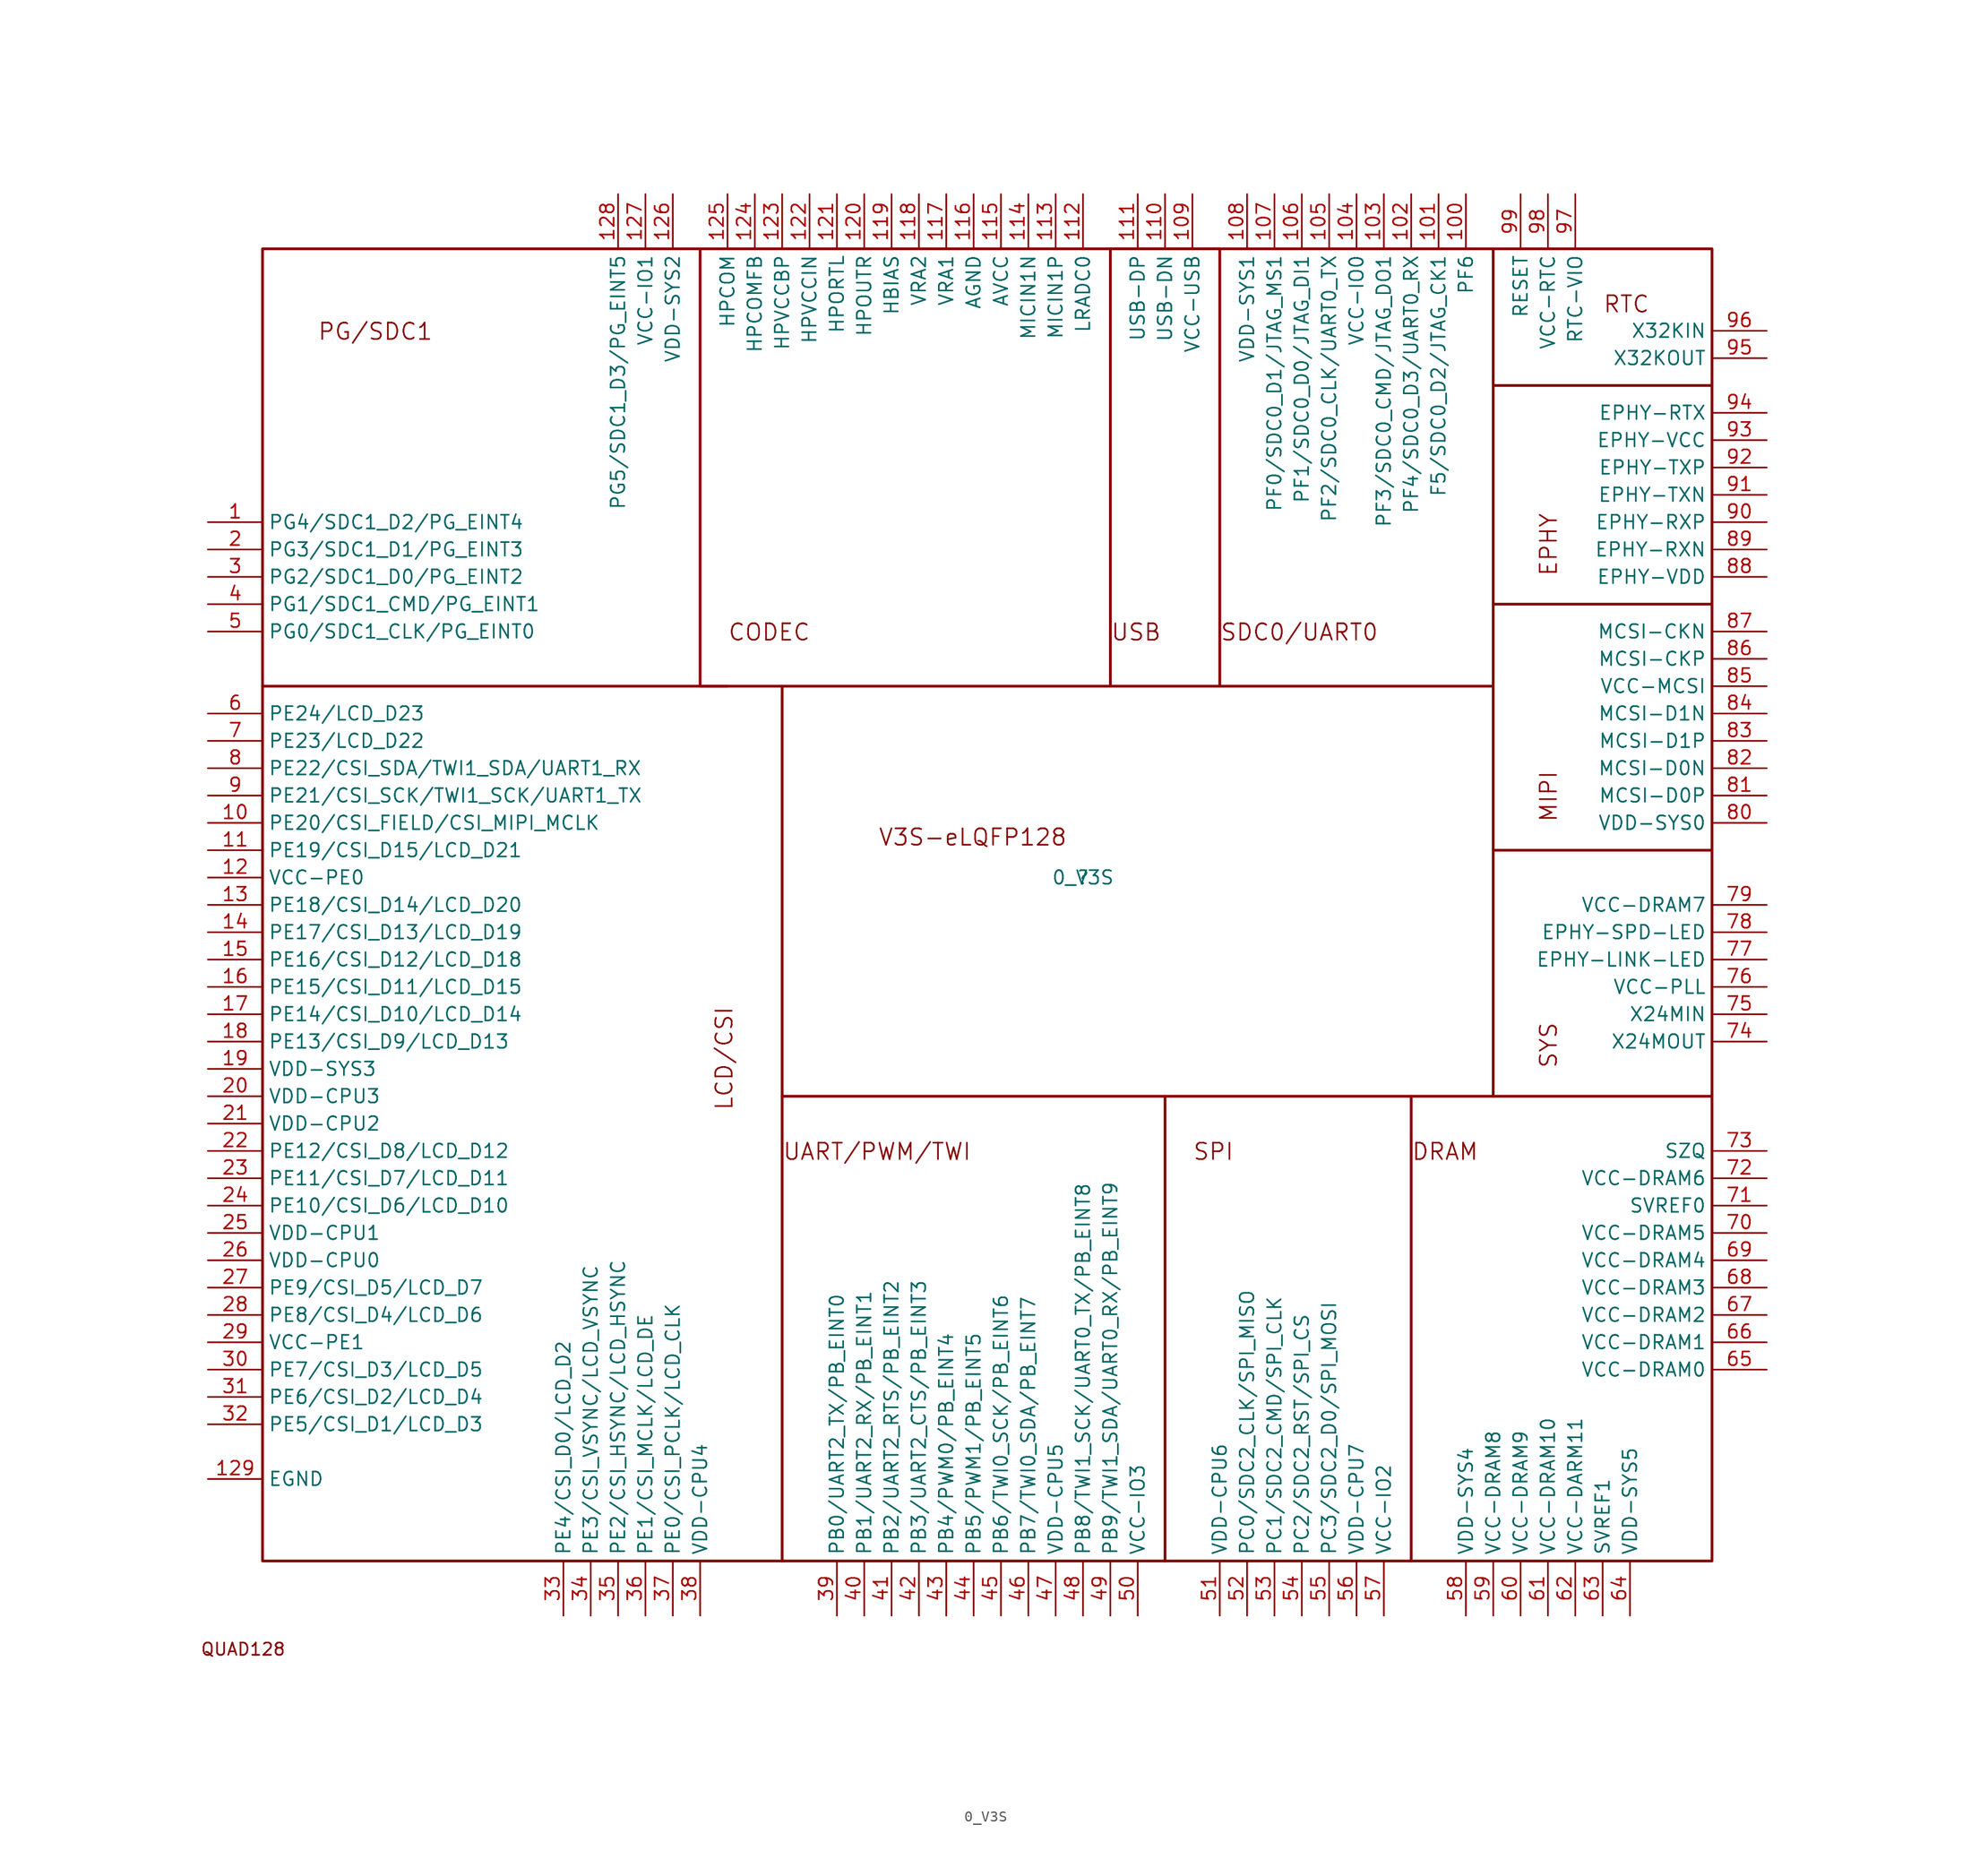
<source format=kicad_sym>
(kicad_symbol_lib
  (version 20211014)
  (generator kicad_symbol_editor)
  (symbol "0_V3S"
    (property "Reference" ""
      (at 0 0 0)
      (effects (font (size 1.27 1.27))))
    (property "Value" "0_V3S"
      (at 0 0 0)
      (effects (font (size 1.27 1.27))))
    (symbol "0_V3S_1_0"
      (polyline (pts (xy 12.7 17.78) (xy 38.1 17.78)) (stroke (width 0.254) (type default) (color 0 0 0 0)) (fill (type none)))
      (polyline (pts (xy -35.56 58.42) (xy -35.56 17.78) (xy -35.56 17.78) (xy -33.02 17.78)) (stroke (width 0.254) (type default) (color 0 0 0 0)) (fill (type none)))
      (polyline (pts (xy -27.94 -20.32) (xy -27.94 17.78) (xy -27.94 17.78) (xy -76.2 17.78)) (stroke (width 0.254) (type default) (color 0 0 0 0)) (fill (type none)))
      (polyline (pts (xy 7.62 -20.32) (xy -27.94 -20.32) (xy -27.94 -20.32) (xy -27.94 -63.5)) (stroke (width 0.254) (type default) (color 0 0 0 0)) (fill (type none)))
      (polyline (pts (xy 30.48 -20.32) (xy 7.62 -20.32) (xy 7.62 -20.32) (xy 7.62 -63.5)) (stroke (width 0.254) (type default) (color 0 0 0 0)) (fill (type none)))
      (polyline (pts (xy 38.1 -20.32) (xy 30.48 -20.32) (xy 30.48 -20.32) (xy 30.48 -63.5)) (stroke (width 0.254) (type default) (color 0 0 0 0)) (fill (type none)))
      (polyline (pts (xy 38.1 2.54) (xy 38.1 -20.32) (xy 38.1 -20.32) (xy 58.42 -20.32)) (stroke (width 0.254) (type default) (color 0 0 0 0)) (fill (type none)))
      (polyline (pts (xy 38.1 25.4) (xy 38.1 2.54) (xy 38.1 2.54) (xy 58.42 2.54)) (stroke (width 0.254) (type default) (color 0 0 0 0)) (fill (type none)))
      (polyline (pts (xy 38.1 45.72) (xy 38.1 25.4) (xy 38.1 25.4) (xy 58.42 25.4)) (stroke (width 0.254) (type default) (color 0 0 0 0)) (fill (type none)))
      (polyline (pts (xy 38.1 58.42) (xy 38.1 45.72) (xy 38.1 45.72) (xy 58.42 45.72)) (stroke (width 0.254) (type default) (color 0 0 0 0)) (fill (type none)))
      (polyline (pts (xy -27.94 17.78) (xy 2.54 17.78) (xy 2.54 17.78) (xy 2.54 58.42) (xy 2.54 58.42) (xy 12.7 58.42) (xy 12.7 58.42) (xy 12.7 17.78) (xy 12.7 17.78) (xy 2.54 17.78)) (stroke (width 0.254) (type default) (color 0 0 0 0)) (fill (type none)))
      (rectangle (start 58.42 58.42) (end -76.2 -63.5) (stroke (width 0.254) (type default) (color 0 0 0 0)) (fill (type none)))
      (text "CODEC" (at -33.02 21.907 0) (effects (font (size 1.524 1.524)) (justify left bottom)))
      (text "DRAM" (at 30.48 -26.352 0) (effects (font (size 1.524 1.524)) (justify left bottom)))
      (text "EPHY" (at 44.128 27.94 900) (effects (font (size 1.524 1.524)) (justify left bottom)))
      (text "LCD/CSI" (at -32.438 -21.692 900) (effects (font (size 1.524 1.524)) (justify left bottom)))
      (text "MIPI" (at 44.128 5.08 900) (effects (font (size 1.524 1.524)) (justify left bottom)))
      (text "PG/SDC1" (at -71.12 49.847 0) (effects (font (size 1.524 1.524)) (justify left bottom)))
      (text "QUAD128" (at -81.994 -72.369 0) (effects (font (size 1.143 1.143)) (justify left bottom)))
      (text "RTC" (at 48.26 52.388 0) (effects (font (size 1.524 1.524)) (justify left bottom)))
      (text "SDC0/UART0" (at 12.7 21.907 0) (effects (font (size 1.524 1.524)) (justify left bottom)))
      (text "SPI" (at 10.16 -26.352 0) (effects (font (size 1.524 1.524)) (justify left bottom)))
      (text "SYS" (at 44.128 -17.78 900) (effects (font (size 1.524 1.524)) (justify left bottom)))
      (text "UART/PWM/TWI" (at -27.94 -26.352 0) (effects (font (size 1.524 1.524)) (justify left bottom)))
      (text "USB" (at 2.54 21.907 0) (effects (font (size 1.524 1.524)) (justify left bottom)))
      (text "V3S-eLQFP128" (at -19.05 2.857 0) (effects (font (size 1.524 1.524)) (justify left bottom)))
      (pin passive line (at -81.28 33.02 0) (length 5.08) (name "PG4/SDC1_D2/PG_EINT4" (effects (font (size 1.27 1.27)))) (number "1" (effects (font (size 1.27 1.27)))))
      (pin passive line (at -81.28 5.08 0) (length 5.08) (name "PE20/CSI_FIELD/CSI_MIPI_MCLK" (effects (font (size 1.27 1.27)))) (number "10" (effects (font (size 1.27 1.27)))))
      (pin passive line (at 35.56 63.5 270) (length 5.08) (name "PF6" (effects (font (size 1.27 1.27)))) (number "100" (effects (font (size 1.27 1.27)))))
      (pin passive line (at 33.02 63.5 270) (length 5.08) (name "F5/SDC0_D2/JTAG_CK1" (effects (font (size 1.27 1.27)))) (number "101" (effects (font (size 1.27 1.27)))))
      (pin passive line (at 30.48 63.5 270) (length 5.08) (name "PF4/SDC0_D3/UART0_RX" (effects (font (size 1.27 1.27)))) (number "102" (effects (font (size 1.27 1.27)))))
      (pin passive line (at 27.94 63.5 270) (length 5.08) (name "PF3/SDC0_CMD/JTAG_DO1" (effects (font (size 1.27 1.27)))) (number "103" (effects (font (size 1.27 1.27)))))
      (pin passive line (at 25.4 63.5 270) (length 5.08) (name "VCC-IO0" (effects (font (size 1.27 1.27)))) (number "104" (effects (font (size 1.27 1.27)))))
      (pin passive line (at 22.86 63.5 270) (length 5.08) (name "PF2/SDC0_CLK/UART0_TX" (effects (font (size 1.27 1.27)))) (number "105" (effects (font (size 1.27 1.27)))))
      (pin passive line (at 20.32 63.5 270) (length 5.08) (name "PF1/SDC0_D0/JTAG_DI1" (effects (font (size 1.27 1.27)))) (number "106" (effects (font (size 1.27 1.27)))))
      (pin passive line (at 17.78 63.5 270) (length 5.08) (name "PF0/SDC0_D1/JTAG_MS1" (effects (font (size 1.27 1.27)))) (number "107" (effects (font (size 1.27 1.27)))))
      (pin passive line (at 15.24 63.5 270) (length 5.08) (name "VDD-SYS1" (effects (font (size 1.27 1.27)))) (number "108" (effects (font (size 1.27 1.27)))))
      (pin passive line (at 10.16 63.5 270) (length 5.08) (name "VCC-USB" (effects (font (size 1.27 1.27)))) (number "109" (effects (font (size 1.27 1.27)))))
      (pin passive line (at -81.28 2.54 0) (length 5.08) (name "PE19/CSI_D15/LCD_D21" (effects (font (size 1.27 1.27)))) (number "11" (effects (font (size 1.27 1.27)))))
      (pin passive line (at 7.62 63.5 270) (length 5.08) (name "USB-DN" (effects (font (size 1.27 1.27)))) (number "110" (effects (font (size 1.27 1.27)))))
      (pin passive line (at 5.08 63.5 270) (length 5.08) (name "USB-DP" (effects (font (size 1.27 1.27)))) (number "111" (effects (font (size 1.27 1.27)))))
      (pin passive line (at 0 63.5 270) (length 5.08) (name "LRADC0" (effects (font (size 1.27 1.27)))) (number "112" (effects (font (size 1.27 1.27)))))
      (pin passive line (at -2.54 63.5 270) (length 5.08) (name "MICIN1P" (effects (font (size 1.27 1.27)))) (number "113" (effects (font (size 1.27 1.27)))))
      (pin passive line (at -5.08 63.5 270) (length 5.08) (name "MICIN1N" (effects (font (size 1.27 1.27)))) (number "114" (effects (font (size 1.27 1.27)))))
      (pin passive line (at -7.62 63.5 270) (length 5.08) (name "AVCC" (effects (font (size 1.27 1.27)))) (number "115" (effects (font (size 1.27 1.27)))))
      (pin passive line (at -10.16 63.5 270) (length 5.08) (name "AGND" (effects (font (size 1.27 1.27)))) (number "116" (effects (font (size 1.27 1.27)))))
      (pin passive line (at -12.7 63.5 270) (length 5.08) (name "VRA1" (effects (font (size 1.27 1.27)))) (number "117" (effects (font (size 1.27 1.27)))))
      (pin passive line (at -15.24 63.5 270) (length 5.08) (name "VRA2" (effects (font (size 1.27 1.27)))) (number "118" (effects (font (size 1.27 1.27)))))
      (pin passive line (at -17.78 63.5 270) (length 5.08) (name "HBIAS" (effects (font (size 1.27 1.27)))) (number "119" (effects (font (size 1.27 1.27)))))
      (pin passive line (at -81.28 0 0) (length 5.08) (name "VCC-PE0" (effects (font (size 1.27 1.27)))) (number "12" (effects (font (size 1.27 1.27)))))
      (pin passive line (at -20.32 63.5 270) (length 5.08) (name "HPOUTR" (effects (font (size 1.27 1.27)))) (number "120" (effects (font (size 1.27 1.27)))))
      (pin passive line (at -22.86 63.5 270) (length 5.08) (name "HPORTL" (effects (font (size 1.27 1.27)))) (number "121" (effects (font (size 1.27 1.27)))))
      (pin passive line (at -25.4 63.5 270) (length 5.08) (name "HPVCCIN" (effects (font (size 1.27 1.27)))) (number "122" (effects (font (size 1.27 1.27)))))
      (pin passive line (at -27.94 63.5 270) (length 5.08) (name "HPVCCBP" (effects (font (size 1.27 1.27)))) (number "123" (effects (font (size 1.27 1.27)))))
      (pin passive line (at -30.48 63.5 270) (length 5.08) (name "HPCOMFB" (effects (font (size 1.27 1.27)))) (number "124" (effects (font (size 1.27 1.27)))))
      (pin passive line (at -33.02 63.5 270) (length 5.08) (name "HPCOM" (effects (font (size 1.27 1.27)))) (number "125" (effects (font (size 1.27 1.27)))))
      (pin passive line (at -38.1 63.5 270) (length 5.08) (name "VDD-SYS2" (effects (font (size 1.27 1.27)))) (number "126" (effects (font (size 1.27 1.27)))))
      (pin passive line (at -40.64 63.5 270) (length 5.08) (name "VCC-IO1" (effects (font (size 1.27 1.27)))) (number "127" (effects (font (size 1.27 1.27)))))
      (pin passive line (at -43.18 63.5 270) (length 5.08) (name "PG5/SDC1_D3/PG_EINT5" (effects (font (size 1.27 1.27)))) (number "128" (effects (font (size 1.27 1.27)))))
      (pin passive line (at -81.28 -55.88 0) (length 5.08) (name "EGND" (effects (font (size 1.27 1.27)))) (number "129" (effects (font (size 1.27 1.27)))))
      (pin passive line (at -81.28 -2.54 0) (length 5.08) (name "PE18/CSI_D14/LCD_D20" (effects (font (size 1.27 1.27)))) (number "13" (effects (font (size 1.27 1.27)))))
      (pin passive line (at -81.28 -5.08 0) (length 5.08) (name "PE17/CSI_D13/LCD_D19" (effects (font (size 1.27 1.27)))) (number "14" (effects (font (size 1.27 1.27)))))
      (pin passive line (at -81.28 -7.62 0) (length 5.08) (name "PE16/CSI_D12/LCD_D18" (effects (font (size 1.27 1.27)))) (number "15" (effects (font (size 1.27 1.27)))))
      (pin passive line (at -81.28 -10.16 0) (length 5.08) (name "PE15/CSI_D11/LCD_D15" (effects (font (size 1.27 1.27)))) (number "16" (effects (font (size 1.27 1.27)))))
      (pin passive line (at -81.28 -12.7 0) (length 5.08) (name "PE14/CSI_D10/LCD_D14" (effects (font (size 1.27 1.27)))) (number "17" (effects (font (size 1.27 1.27)))))
      (pin passive line (at -81.28 -15.24 0) (length 5.08) (name "PE13/CSI_D9/LCD_D13" (effects (font (size 1.27 1.27)))) (number "18" (effects (font (size 1.27 1.27)))))
      (pin passive line (at -81.28 -17.78 0) (length 5.08) (name "VDD-SYS3" (effects (font (size 1.27 1.27)))) (number "19" (effects (font (size 1.27 1.27)))))
      (pin passive line (at -81.28 30.48 0) (length 5.08) (name "PG3/SDC1_D1/PG_EINT3" (effects (font (size 1.27 1.27)))) (number "2" (effects (font (size 1.27 1.27)))))
      (pin passive line (at -81.28 -20.32 0) (length 5.08) (name "VDD-CPU3" (effects (font (size 1.27 1.27)))) (number "20" (effects (font (size 1.27 1.27)))))
      (pin passive line (at -81.28 -22.86 0) (length 5.08) (name "VDD-CPU2" (effects (font (size 1.27 1.27)))) (number "21" (effects (font (size 1.27 1.27)))))
      (pin passive line (at -81.28 -25.4 0) (length 5.08) (name "PE12/CSI_D8/LCD_D12" (effects (font (size 1.27 1.27)))) (number "22" (effects (font (size 1.27 1.27)))))
      (pin passive line (at -81.28 -27.94 0) (length 5.08) (name "PE11/CSI_D7/LCD_D11" (effects (font (size 1.27 1.27)))) (number "23" (effects (font (size 1.27 1.27)))))
      (pin passive line (at -81.28 -30.48 0) (length 5.08) (name "PE10/CSI_D6/LCD_D10" (effects (font (size 1.27 1.27)))) (number "24" (effects (font (size 1.27 1.27)))))
      (pin passive line (at -81.28 -33.02 0) (length 5.08) (name "VDD-CPU1" (effects (font (size 1.27 1.27)))) (number "25" (effects (font (size 1.27 1.27)))))
      (pin passive line (at -81.28 -35.56 0) (length 5.08) (name "VDD-CPU0" (effects (font (size 1.27 1.27)))) (number "26" (effects (font (size 1.27 1.27)))))
      (pin passive line (at -81.28 -38.1 0) (length 5.08) (name "PE9/CSI_D5/LCD_D7" (effects (font (size 1.27 1.27)))) (number "27" (effects (font (size 1.27 1.27)))))
      (pin passive line (at -81.28 -40.64 0) (length 5.08) (name "PE8/CSI_D4/LCD_D6" (effects (font (size 1.27 1.27)))) (number "28" (effects (font (size 1.27 1.27)))))
      (pin passive line (at -81.28 -43.18 0) (length 5.08) (name "VCC-PE1" (effects (font (size 1.27 1.27)))) (number "29" (effects (font (size 1.27 1.27)))))
      (pin passive line (at -81.28 27.94 0) (length 5.08) (name "PG2/SDC1_D0/PG_EINT2" (effects (font (size 1.27 1.27)))) (number "3" (effects (font (size 1.27 1.27)))))
      (pin passive line (at -81.28 -45.72 0) (length 5.08) (name "PE7/CSI_D3/LCD_D5" (effects (font (size 1.27 1.27)))) (number "30" (effects (font (size 1.27 1.27)))))
      (pin passive line (at -81.28 -48.26 0) (length 5.08) (name "PE6/CSI_D2/LCD_D4" (effects (font (size 1.27 1.27)))) (number "31" (effects (font (size 1.27 1.27)))))
      (pin passive line (at -81.28 -50.8 0) (length 5.08) (name "PE5/CSI_D1/LCD_D3" (effects (font (size 1.27 1.27)))) (number "32" (effects (font (size 1.27 1.27)))))
      (pin passive line (at -48.26 -68.58 90) (length 5.08) (name "PE4/CSI_D0/LCD_D2" (effects (font (size 1.27 1.27)))) (number "33" (effects (font (size 1.27 1.27)))))
      (pin passive line (at -45.72 -68.58 90) (length 5.08) (name "PE3/CSI_VSYNC/LCD_VSYNC" (effects (font (size 1.27 1.27)))) (number "34" (effects (font (size 1.27 1.27)))))
      (pin passive line (at -43.18 -68.58 90) (length 5.08) (name "PE2/CSI_HSYNC/LCD_HSYNC" (effects (font (size 1.27 1.27)))) (number "35" (effects (font (size 1.27 1.27)))))
      (pin passive line (at -40.64 -68.58 90) (length 5.08) (name "PE1/CSI_MCLK/LCD_DE" (effects (font (size 1.27 1.27)))) (number "36" (effects (font (size 1.27 1.27)))))
      (pin passive line (at -38.1 -68.58 90) (length 5.08) (name "PE0/CSI_PCLK/LCD_CLK" (effects (font (size 1.27 1.27)))) (number "37" (effects (font (size 1.27 1.27)))))
      (pin passive line (at -35.56 -68.58 90) (length 5.08) (name "VDD-CPU4" (effects (font (size 1.27 1.27)))) (number "38" (effects (font (size 1.27 1.27)))))
      (pin passive line (at -22.86 -68.58 90) (length 5.08) (name "PB0/UART2_TX/PB_EINT0" (effects (font (size 1.27 1.27)))) (number "39" (effects (font (size 1.27 1.27)))))
      (pin passive line (at -81.28 25.4 0) (length 5.08) (name "PG1/SDC1_CMD/PG_EINT1" (effects (font (size 1.27 1.27)))) (number "4" (effects (font (size 1.27 1.27)))))
      (pin passive line (at -20.32 -68.58 90) (length 5.08) (name "PB1/UART2_RX/PB_EINT1" (effects (font (size 1.27 1.27)))) (number "40" (effects (font (size 1.27 1.27)))))
      (pin passive line (at -17.78 -68.58 90) (length 5.08) (name "PB2/UART2_RTS/PB_EINT2" (effects (font (size 1.27 1.27)))) (number "41" (effects (font (size 1.27 1.27)))))
      (pin passive line (at -15.24 -68.58 90) (length 5.08) (name "PB3/UART2_CTS/PB_EINT3" (effects (font (size 1.27 1.27)))) (number "42" (effects (font (size 1.27 1.27)))))
      (pin passive line (at -12.7 -68.58 90) (length 5.08) (name "PB4/PWM0/PB_EINT4" (effects (font (size 1.27 1.27)))) (number "43" (effects (font (size 1.27 1.27)))))
      (pin passive line (at -10.16 -68.58 90) (length 5.08) (name "PB5/PWM1/PB_EINT5" (effects (font (size 1.27 1.27)))) (number "44" (effects (font (size 1.27 1.27)))))
      (pin passive line (at -7.62 -68.58 90) (length 5.08) (name "PB6/TWI0_SCK/PB_EINT6" (effects (font (size 1.27 1.27)))) (number "45" (effects (font (size 1.27 1.27)))))
      (pin passive line (at -5.08 -68.58 90) (length 5.08) (name "PB7/TWI0_SDA/PB_EINT7" (effects (font (size 1.27 1.27)))) (number "46" (effects (font (size 1.27 1.27)))))
      (pin passive line (at -2.54 -68.58 90) (length 5.08) (name "VDD-CPU5" (effects (font (size 1.27 1.27)))) (number "47" (effects (font (size 1.27 1.27)))))
      (pin passive line (at 0 -68.58 90) (length 5.08) (name "PB8/TWI1_SCK/UART0_TX/PB_EINT8" (effects (font (size 1.27 1.27)))) (number "48" (effects (font (size 1.27 1.27)))))
      (pin passive line (at 2.54 -68.58 90) (length 5.08) (name "PB9/TWI1_SDA/UART0_RX/PB_EINT9" (effects (font (size 1.27 1.27)))) (number "49" (effects (font (size 1.27 1.27)))))
      (pin passive line (at -81.28 22.86 0) (length 5.08) (name "PG0/SDC1_CLK/PG_EINT0" (effects (font (size 1.27 1.27)))) (number "5" (effects (font (size 1.27 1.27)))))
      (pin passive line (at 5.08 -68.58 90) (length 5.08) (name "VCC-IO3" (effects (font (size 1.27 1.27)))) (number "50" (effects (font (size 1.27 1.27)))))
      (pin passive line (at 12.7 -68.58 90) (length 5.08) (name "VDD-CPU6" (effects (font (size 1.27 1.27)))) (number "51" (effects (font (size 1.27 1.27)))))
      (pin passive line (at 15.24 -68.58 90) (length 5.08) (name "PC0/SDC2_CLK/SPI_MISO" (effects (font (size 1.27 1.27)))) (number "52" (effects (font (size 1.27 1.27)))))
      (pin passive line (at 17.78 -68.58 90) (length 5.08) (name "PC1/SDC2_CMD/SPI_CLK" (effects (font (size 1.27 1.27)))) (number "53" (effects (font (size 1.27 1.27)))))
      (pin passive line (at 20.32 -68.58 90) (length 5.08) (name "PC2/SDC2_RST/SPI_CS" (effects (font (size 1.27 1.27)))) (number "54" (effects (font (size 1.27 1.27)))))
      (pin passive line (at 22.86 -68.58 90) (length 5.08) (name "PC3/SDC2_D0/SPI_MOSI" (effects (font (size 1.27 1.27)))) (number "55" (effects (font (size 1.27 1.27)))))
      (pin passive line (at 25.4 -68.58 90) (length 5.08) (name "VDD-CPU7" (effects (font (size 1.27 1.27)))) (number "56" (effects (font (size 1.27 1.27)))))
      (pin passive line (at 27.94 -68.58 90) (length 5.08) (name "VCC-IO2" (effects (font (size 1.27 1.27)))) (number "57" (effects (font (size 1.27 1.27)))))
      (pin passive line (at 35.56 -68.58 90) (length 5.08) (name "VDD-SYS4" (effects (font (size 1.27 1.27)))) (number "58" (effects (font (size 1.27 1.27)))))
      (pin passive line (at 38.1 -68.58 90) (length 5.08) (name "VCC-DRAM8" (effects (font (size 1.27 1.27)))) (number "59" (effects (font (size 1.27 1.27)))))
      (pin passive line (at -81.28 15.24 0) (length 5.08) (name "PE24/LCD_D23" (effects (font (size 1.27 1.27)))) (number "6" (effects (font (size 1.27 1.27)))))
      (pin passive line (at 40.64 -68.58 90) (length 5.08) (name "VCC-DRAM9" (effects (font (size 1.27 1.27)))) (number "60" (effects (font (size 1.27 1.27)))))
      (pin passive line (at 43.18 -68.58 90) (length 5.08) (name "VCC-DRAM10" (effects (font (size 1.27 1.27)))) (number "61" (effects (font (size 1.27 1.27)))))
      (pin passive line (at 45.72 -68.58 90) (length 5.08) (name "VCC-DARM11" (effects (font (size 1.27 1.27)))) (number "62" (effects (font (size 1.27 1.27)))))
      (pin passive line (at 48.26 -68.58 90) (length 5.08) (name "SVREF1" (effects (font (size 1.27 1.27)))) (number "63" (effects (font (size 1.27 1.27)))))
      (pin passive line (at 50.8 -68.58 90) (length 5.08) (name "VDD-SYS5" (effects (font (size 1.27 1.27)))) (number "64" (effects (font (size 1.27 1.27)))))
      (pin passive line (at 63.5 -45.72 180) (length 5.08) (name "VCC-DRAM0" (effects (font (size 1.27 1.27)))) (number "65" (effects (font (size 1.27 1.27)))))
      (pin passive line (at 63.5 -43.18 180) (length 5.08) (name "VCC-DRAM1" (effects (font (size 1.27 1.27)))) (number "66" (effects (font (size 1.27 1.27)))))
      (pin passive line (at 63.5 -40.64 180) (length 5.08) (name "VCC-DRAM2" (effects (font (size 1.27 1.27)))) (number "67" (effects (font (size 1.27 1.27)))))
      (pin passive line (at 63.5 -38.1 180) (length 5.08) (name "VCC-DRAM3" (effects (font (size 1.27 1.27)))) (number "68" (effects (font (size 1.27 1.27)))))
      (pin passive line (at 63.5 -35.56 180) (length 5.08) (name "VCC-DRAM4" (effects (font (size 1.27 1.27)))) (number "69" (effects (font (size 1.27 1.27)))))
      (pin passive line (at -81.28 12.7 0) (length 5.08) (name "PE23/LCD_D22" (effects (font (size 1.27 1.27)))) (number "7" (effects (font (size 1.27 1.27)))))
      (pin passive line (at 63.5 -33.02 180) (length 5.08) (name "VCC-DRAM5" (effects (font (size 1.27 1.27)))) (number "70" (effects (font (size 1.27 1.27)))))
      (pin passive line (at 63.5 -30.48 180) (length 5.08) (name "SVREF0" (effects (font (size 1.27 1.27)))) (number "71" (effects (font (size 1.27 1.27)))))
      (pin passive line (at 63.5 -27.94 180) (length 5.08) (name "VCC-DRAM6" (effects (font (size 1.27 1.27)))) (number "72" (effects (font (size 1.27 1.27)))))
      (pin passive line (at 63.5 -25.4 180) (length 5.08) (name "SZQ" (effects (font (size 1.27 1.27)))) (number "73" (effects (font (size 1.27 1.27)))))
      (pin passive line (at 63.5 -15.24 180) (length 5.08) (name "X24MOUT" (effects (font (size 1.27 1.27)))) (number "74" (effects (font (size 1.27 1.27)))))
      (pin passive line (at 63.5 -12.7 180) (length 5.08) (name "X24MIN" (effects (font (size 1.27 1.27)))) (number "75" (effects (font (size 1.27 1.27)))))
      (pin passive line (at 63.5 -10.16 180) (length 5.08) (name "VCC-PLL" (effects (font (size 1.27 1.27)))) (number "76" (effects (font (size 1.27 1.27)))))
      (pin passive line (at 63.5 -7.62 180) (length 5.08) (name "EPHY-LINK-LED" (effects (font (size 1.27 1.27)))) (number "77" (effects (font (size 1.27 1.27)))))
      (pin passive line (at 63.5 -5.08 180) (length 5.08) (name "EPHY-SPD-LED" (effects (font (size 1.27 1.27)))) (number "78" (effects (font (size 1.27 1.27)))))
      (pin passive line (at 63.5 -2.54 180) (length 5.08) (name "VCC-DRAM7" (effects (font (size 1.27 1.27)))) (number "79" (effects (font (size 1.27 1.27)))))
      (pin passive line (at -81.28 10.16 0) (length 5.08) (name "PE22/CSI_SDA/TWI1_SDA/UART1_RX" (effects (font (size 1.27 1.27)))) (number "8" (effects (font (size 1.27 1.27)))))
      (pin passive line (at 63.5 5.08 180) (length 5.08) (name "VDD-SYS0" (effects (font (size 1.27 1.27)))) (number "80" (effects (font (size 1.27 1.27)))))
      (pin passive line (at 63.5 7.62 180) (length 5.08) (name "MCSI-D0P" (effects (font (size 1.27 1.27)))) (number "81" (effects (font (size 1.27 1.27)))))
      (pin passive line (at 63.5 10.16 180) (length 5.08) (name "MCSI-D0N" (effects (font (size 1.27 1.27)))) (number "82" (effects (font (size 1.27 1.27)))))
      (pin passive line (at 63.5 12.7 180) (length 5.08) (name "MCSI-D1P" (effects (font (size 1.27 1.27)))) (number "83" (effects (font (size 1.27 1.27)))))
      (pin passive line (at 63.5 15.24 180) (length 5.08) (name "MCSI-D1N" (effects (font (size 1.27 1.27)))) (number "84" (effects (font (size 1.27 1.27)))))
      (pin passive line (at 63.5 17.78 180) (length 5.08) (name "VCC-MCSI" (effects (font (size 1.27 1.27)))) (number "85" (effects (font (size 1.27 1.27)))))
      (pin passive line (at 63.5 20.32 180) (length 5.08) (name "MCSI-CKP" (effects (font (size 1.27 1.27)))) (number "86" (effects (font (size 1.27 1.27)))))
      (pin passive line (at 63.5 22.86 180) (length 5.08) (name "MCSI-CKN" (effects (font (size 1.27 1.27)))) (number "87" (effects (font (size 1.27 1.27)))))
      (pin passive line (at 63.5 27.94 180) (length 5.08) (name "EPHY-VDD" (effects (font (size 1.27 1.27)))) (number "88" (effects (font (size 1.27 1.27)))))
      (pin passive line (at 63.5 30.48 180) (length 5.08) (name "EPHY-RXN" (effects (font (size 1.27 1.27)))) (number "89" (effects (font (size 1.27 1.27)))))
      (pin passive line (at -81.28 7.62 0) (length 5.08) (name "PE21/CSI_SCK/TWI1_SCK/UART1_TX" (effects (font (size 1.27 1.27)))) (number "9" (effects (font (size 1.27 1.27)))))
      (pin passive line (at 63.5 33.02 180) (length 5.08) (name "EPHY-RXP" (effects (font (size 1.27 1.27)))) (number "90" (effects (font (size 1.27 1.27)))))
      (pin passive line (at 63.5 35.56 180) (length 5.08) (name "EPHY-TXN" (effects (font (size 1.27 1.27)))) (number "91" (effects (font (size 1.27 1.27)))))
      (pin passive line (at 63.5 38.1 180) (length 5.08) (name "EPHY-TXP" (effects (font (size 1.27 1.27)))) (number "92" (effects (font (size 1.27 1.27)))))
      (pin passive line (at 63.5 40.64 180) (length 5.08) (name "EPHY-VCC" (effects (font (size 1.27 1.27)))) (number "93" (effects (font (size 1.27 1.27)))))
      (pin passive line (at 63.5 43.18 180) (length 5.08) (name "EPHY-RTX" (effects (font (size 1.27 1.27)))) (number "94" (effects (font (size 1.27 1.27)))))
      (pin passive line (at 63.5 48.26 180) (length 5.08) (name "X32KOUT" (effects (font (size 1.27 1.27)))) (number "95" (effects (font (size 1.27 1.27)))))
      (pin passive line (at 63.5 50.8 180) (length 5.08) (name "X32KIN" (effects (font (size 1.27 1.27)))) (number "96" (effects (font (size 1.27 1.27)))))
      (pin passive line (at 45.72 63.5 270) (length 5.08) (name "RTC-VIO" (effects (font (size 1.27 1.27)))) (number "97" (effects (font (size 1.27 1.27)))))
      (pin passive line (at 43.18 63.5 270) (length 5.08) (name "VCC-RTC" (effects (font (size 1.27 1.27)))) (number "98" (effects (font (size 1.27 1.27)))))
      (pin passive line (at 40.64 63.5 270) (length 5.08) (name "RESET" (effects (font (size 1.27 1.27)))) (number "99" (effects (font (size 1.27 1.27))))))))
</source>
